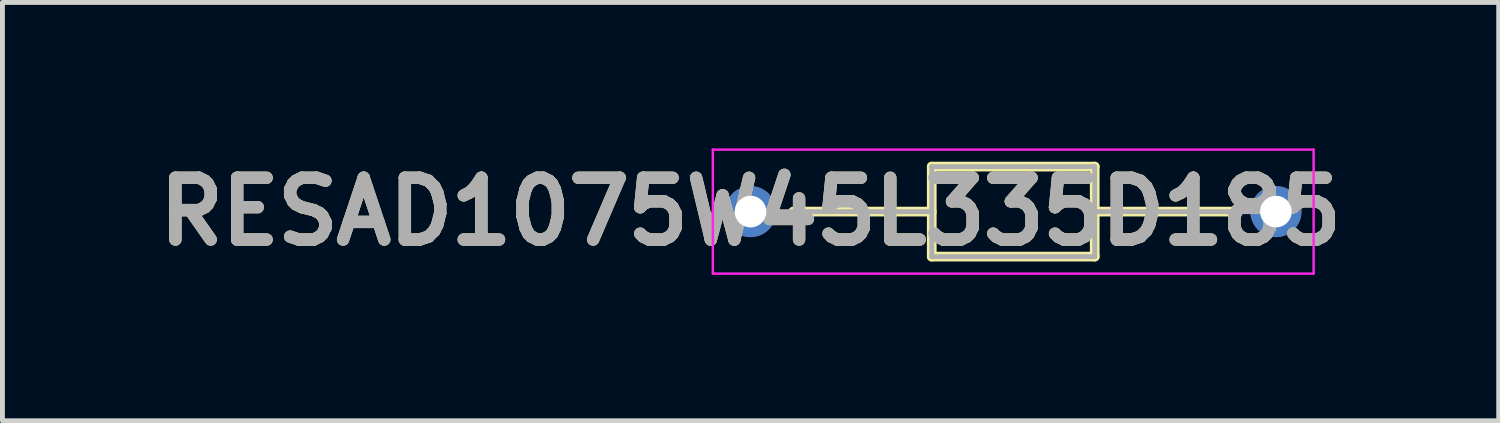
<source format=kicad_pcb>
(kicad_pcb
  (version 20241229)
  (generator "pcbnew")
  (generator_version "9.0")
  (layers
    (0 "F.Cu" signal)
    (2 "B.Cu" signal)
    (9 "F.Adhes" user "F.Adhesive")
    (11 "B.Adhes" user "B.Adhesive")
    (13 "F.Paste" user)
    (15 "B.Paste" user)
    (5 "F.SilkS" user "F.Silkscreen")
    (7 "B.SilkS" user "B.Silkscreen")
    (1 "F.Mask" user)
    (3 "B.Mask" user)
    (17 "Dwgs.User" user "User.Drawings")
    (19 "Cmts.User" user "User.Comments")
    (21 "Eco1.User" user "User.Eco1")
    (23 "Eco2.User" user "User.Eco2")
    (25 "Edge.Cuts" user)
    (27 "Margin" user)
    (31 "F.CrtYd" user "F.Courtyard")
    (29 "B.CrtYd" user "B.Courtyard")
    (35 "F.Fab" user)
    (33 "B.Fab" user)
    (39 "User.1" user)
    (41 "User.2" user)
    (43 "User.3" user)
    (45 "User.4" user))
  (footprint "RESAD1075W45L335D185"
    (layer "F.Cu")
    (at 12.379 1.3)
    (property "Reference" "RESAD1075W45L335D185" (at 0 0 0) (layer "F.SilkS") (effects (font (size 1.27 1.27) (thickness 0.254))))
    (attr through_hole)
    (fp_line (start 0.875 0) (end 3.725 0) (stroke (width 0.2) (type solid)) (layer "F.SilkS"))
    (fp_line (start 3.725 -0.925) (end 7.075 -0.925) (stroke (width 0.2) (type solid)) (layer "F.SilkS"))
    (fp_line (start 3.725 0.925) (end 3.725 -0.925) (stroke (width 0.2) (type solid)) (layer "F.SilkS"))
    (fp_line (start 7.075 -0.925) (end 7.075 0.925) (stroke (width 0.2) (type solid)) (layer "F.SilkS"))
    (fp_line (start 7.075 0) (end 9.925 0) (stroke (width 0.2) (type solid)) (layer "F.SilkS"))
    (fp_line (start 7.075 0.925) (end 3.725 0.925) (stroke (width 0.2) (type solid)) (layer "F.SilkS"))
    (fp_line (start -0.775 -1.275) (end 11.575 -1.275) (stroke (width 0.05) (type solid)) (layer "F.CrtYd"))
    (fp_line (start -0.775 1.275) (end -0.775 -1.275) (stroke (width 0.05) (type solid)) (layer "F.CrtYd"))
    (fp_line (start 11.575 -1.275) (end 11.575 1.275) (stroke (width 0.05) (type solid)) (layer "F.CrtYd"))
    (fp_line (start 11.575 1.275) (end -0.775 1.275) (stroke (width 0.05) (type solid)) (layer "F.CrtYd"))
    (fp_line (start 0 0) (end 3.725 0) (stroke (width 0.1) (type solid)) (layer "F.Fab"))
    (fp_line (start 3.725 -0.925) (end 7.075 -0.925) (stroke (width 0.1) (type solid)) (layer "F.Fab"))
    (fp_line (start 3.725 0.925) (end 3.725 -0.925) (stroke (width 0.1) (type solid)) (layer "F.Fab"))
    (fp_line (start 7.075 -0.925) (end 7.075 0.925) (stroke (width 0.1) (type solid)) (layer "F.Fab"))
    (fp_line (start 7.075 0) (end 10.8 0) (stroke (width 0.1) (type solid)) (layer "F.Fab"))
    (fp_line (start 7.075 0.925) (end 3.725 0.925) (stroke (width 0.1) (type solid)) (layer "F.Fab"))
    (fp_text user "${REFERENCE}" (at 0 0 0) (layer "F.Fab") (effects (font (size 1.27 1.27) (thickness 0.254))))
    (pad "1" thru_hole circle (at 0 0) (size 1.05 1.05) (drill 0.65) (layers "*.Cu" "*.Mask"))
    (pad "2" thru_hole circle (at 10.8 0) (size 1.05 1.05) (drill 0.65) (layers "*.Cu" "*.Mask")))
  (gr_rect
    (start -3 -3)
    (end 27.759 5.6)
    (stroke (width 0.1) (type default))
    (fill no)
    (layer "Edge.Cuts")))
</source>
